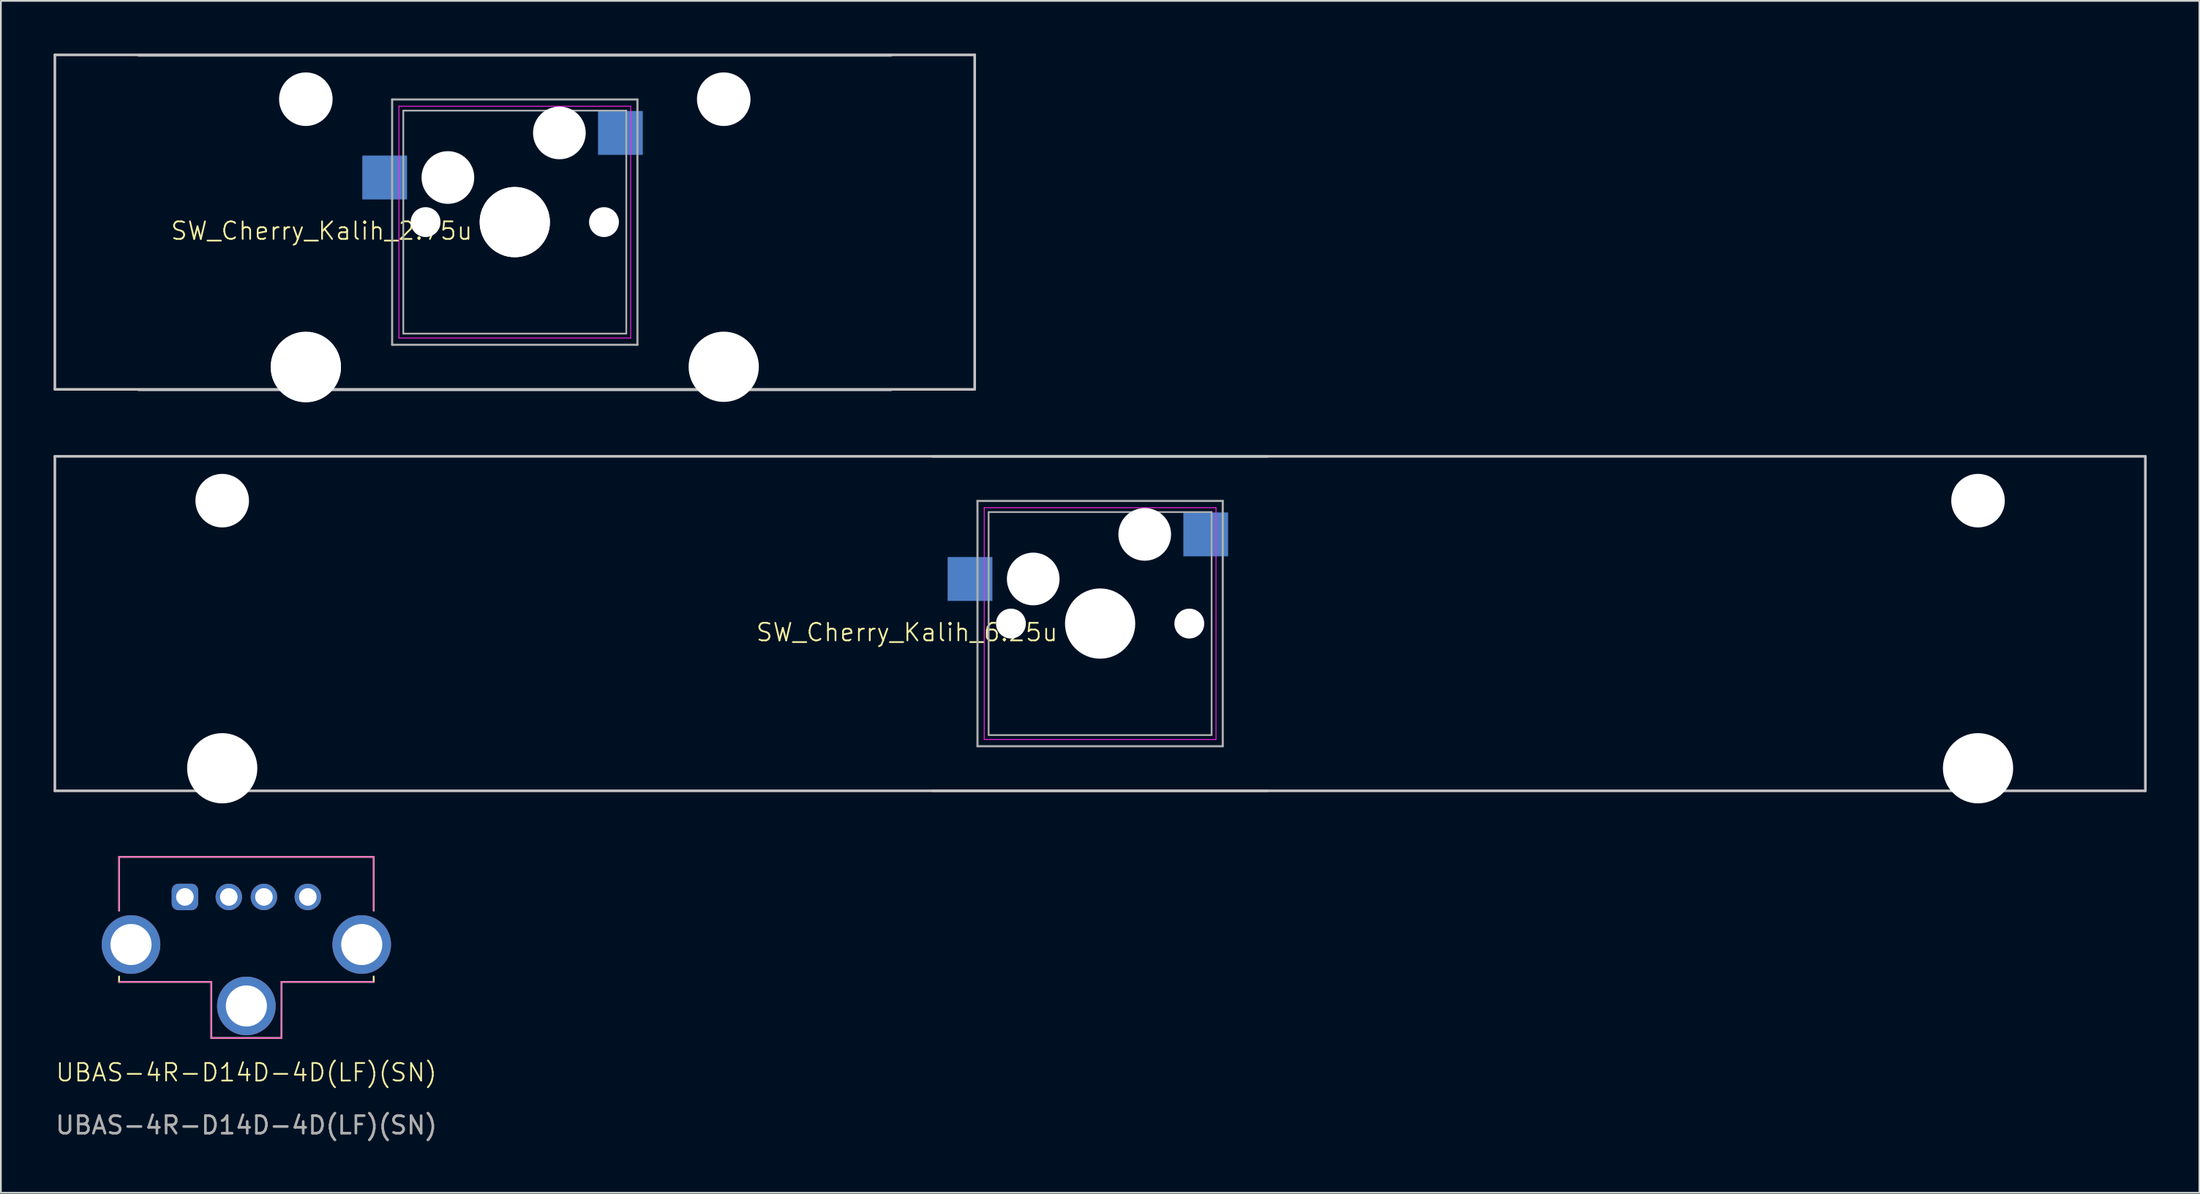
<source format=kicad_pcb>
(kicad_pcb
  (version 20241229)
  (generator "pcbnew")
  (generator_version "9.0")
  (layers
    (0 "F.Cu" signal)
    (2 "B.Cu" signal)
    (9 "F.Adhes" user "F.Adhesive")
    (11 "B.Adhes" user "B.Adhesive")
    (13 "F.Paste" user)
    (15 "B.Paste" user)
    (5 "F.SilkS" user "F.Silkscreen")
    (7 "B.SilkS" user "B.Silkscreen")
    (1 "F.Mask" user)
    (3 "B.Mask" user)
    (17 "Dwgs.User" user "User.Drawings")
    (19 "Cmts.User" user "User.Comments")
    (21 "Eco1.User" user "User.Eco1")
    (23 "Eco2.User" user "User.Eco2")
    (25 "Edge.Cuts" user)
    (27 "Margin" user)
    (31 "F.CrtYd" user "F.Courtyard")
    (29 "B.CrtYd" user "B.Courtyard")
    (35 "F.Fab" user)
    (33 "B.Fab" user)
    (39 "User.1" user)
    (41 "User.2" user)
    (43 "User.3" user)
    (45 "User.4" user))
  (footprint "SW_Cherry_Kalih_6.25u"
    (layer "F.Cu")
    (at 59.606 32.465)
    (property "Reference" "SW_Cherry_Kalih_6.25u" (at -11 0.5 0) (unlocked yes) (layer "F.SilkS") (effects (font (size 1 1) (thickness 0.1))))
    (fp_line (start -59.531 -9.525) (end 59.531 -9.525) (stroke (width 0.15) (type solid)) (layer "Dwgs.User"))
    (fp_line (start -59.531 9.525) (end -59.531 -9.525) (stroke (width 0.15) (type solid)) (layer "Dwgs.User"))
    (fp_line (start -9.525 -9.525) (end 9.525 -9.525) (stroke (width 0.15) (type solid)) (layer "Dwgs.User"))
    (fp_line (start 9.525 9.525) (end -9.525 9.525) (stroke (width 0.15) (type solid)) (layer "Dwgs.User"))
    (fp_line (start 59.531 -9.525) (end 59.531 9.525) (stroke (width 0.15) (type solid)) (layer "Dwgs.User"))
    (fp_line (start 59.531 9.525) (end -59.531 9.525) (stroke (width 0.15) (type solid)) (layer "Dwgs.User"))
    (fp_line (start -6.6 -6.6) (end 6.6 -6.6) (stroke (width 0.05) (type solid)) (layer "F.CrtYd"))
    (fp_line (start -6.6 6.6) (end -6.6 -6.6) (stroke (width 0.05) (type solid)) (layer "F.CrtYd"))
    (fp_line (start 6.6 -6.6) (end 6.6 6.6) (stroke (width 0.05) (type solid)) (layer "F.CrtYd"))
    (fp_line (start 6.6 6.6) (end -6.6 6.6) (stroke (width 0.05) (type solid)) (layer "F.CrtYd"))
    (fp_line (start -6.985 -6.985) (end 6.985 -6.985) (stroke (width 0.12) (type solid)) (layer "F.Fab"))
    (fp_line (start -6.985 6.985) (end -6.985 -6.985) (stroke (width 0.12) (type solid)) (layer "F.Fab"))
    (fp_line (start -6.35 -6.35) (end 6.35 -6.35) (stroke (width 0.1) (type solid)) (layer "F.Fab"))
    (fp_line (start -6.35 6.35) (end -6.35 -6.35) (stroke (width 0.1) (type solid)) (layer "F.Fab"))
    (fp_line (start 6.35 -6.35) (end 6.35 6.35) (stroke (width 0.1) (type solid)) (layer "F.Fab"))
    (fp_line (start 6.35 6.35) (end -6.35 6.35) (stroke (width 0.1) (type solid)) (layer "F.Fab"))
    (fp_line (start 6.985 -6.985) (end 6.985 6.985) (stroke (width 0.12) (type solid)) (layer "F.Fab"))
    (fp_line (start 6.985 6.985) (end -6.985 6.985) (stroke (width 0.12) (type solid)) (layer "F.Fab"))
    (pad "" np_thru_hole circle (at -50 -7) (size 3.05 3.05) (drill 3.05) (layers "*.Cu" "*.Mask"))
    (pad "" np_thru_hole circle (at -50 8.24) (size 4 4) (drill 4) (layers "*.Cu" "*.Mask"))
    (pad "" np_thru_hole circle (at -5.08 0) (size 1.7 1.7) (drill 1.7) (layers "*.Cu" "*.Mask"))
    (pad "" np_thru_hole circle (at -3.81 -2.54) (size 3 3) (drill 3) (layers "*.Cu" "*.Mask"))
    (pad "" np_thru_hole circle (at 0 0) (size 4 4) (drill 4) (layers "*.Cu" "*.Mask"))
    (pad "" np_thru_hole circle (at 2.54 -5.08) (size 3 3) (drill 3) (layers "*.Cu" "*.Mask"))
    (pad "" np_thru_hole circle (at 5.08 0) (size 1.7 1.7) (drill 1.7) (layers "*.Cu" "*.Mask"))
    (pad "" np_thru_hole circle (at 50 -7) (size 3.05 3.05) (drill 3.05) (layers "*.Cu" "*.Mask"))
    (pad "" np_thru_hole circle (at 50 8.24) (size 4 4) (drill 4) (layers "*.Cu" "*.Mask"))
    (pad "1" smd rect (at -7.41 -2.54) (size 2.55 2.5) (layers "B.Cu" "B.Mask" "B.Paste"))
    (pad "2" smd rect (at 6.015 -5.08) (size 2.55 2.5) (layers "B.Cu" "B.Mask" "B.Paste")))
  (footprint "SW_Cherry_Kalih_2.75u"
    (layer "F.Cu")
    (at 26.269 9.6)
    (property "Reference" "SW_Cherry_Kalih_2.75u" (at -11 0.5 0) (unlocked yes) (layer "F.SilkS") (effects (font (size 1 1) (thickness 0.1))))
    (fp_line (start -26.194 -9.525) (end 26.194 -9.525) (stroke (width 0.15) (type solid)) (layer "Dwgs.User"))
    (fp_line (start -26.194 9.525) (end -26.194 -9.525) (stroke (width 0.15) (type solid)) (layer "Dwgs.User"))
    (fp_line (start -21.431 -9.5) (end 21.431 -9.5) (stroke (width 0.15) (type solid)) (layer "Dwgs.User"))
    (fp_line (start 21.431 9.55) (end -21.431 9.55) (stroke (width 0.15) (type solid)) (layer "Dwgs.User"))
    (fp_line (start 26.194 -9.525) (end 26.194 9.525) (stroke (width 0.15) (type solid)) (layer "Dwgs.User"))
    (fp_line (start 26.194 9.525) (end -26.194 9.525) (stroke (width 0.15) (type solid)) (layer "Dwgs.User"))
    (fp_line (start -6.6 -6.6) (end 6.6 -6.6) (stroke (width 0.05) (type solid)) (layer "F.CrtYd"))
    (fp_line (start -6.6 6.6) (end -6.6 -6.6) (stroke (width 0.05) (type solid)) (layer "F.CrtYd"))
    (fp_line (start 6.6 -6.6) (end 6.6 6.6) (stroke (width 0.05) (type solid)) (layer "F.CrtYd"))
    (fp_line (start 6.6 6.6) (end -6.6 6.6) (stroke (width 0.05) (type solid)) (layer "F.CrtYd"))
    (fp_line (start -6.985 -6.985) (end 6.985 -6.985) (stroke (width 0.12) (type solid)) (layer "F.Fab"))
    (fp_line (start -6.985 6.985) (end -6.985 -6.985) (stroke (width 0.12) (type solid)) (layer "F.Fab"))
    (fp_line (start -6.35 -6.35) (end 6.35 -6.35) (stroke (width 0.1) (type solid)) (layer "F.Fab"))
    (fp_line (start -6.35 6.35) (end -6.35 -6.35) (stroke (width 0.1) (type solid)) (layer "F.Fab"))
    (fp_line (start 6.35 -6.35) (end 6.35 6.35) (stroke (width 0.1) (type solid)) (layer "F.Fab"))
    (fp_line (start 6.35 6.35) (end -6.35 6.35) (stroke (width 0.1) (type solid)) (layer "F.Fab"))
    (fp_line (start 6.985 -6.985) (end 6.985 6.985) (stroke (width 0.12) (type solid)) (layer "F.Fab"))
    (fp_line (start 6.985 6.985) (end -6.985 6.985) (stroke (width 0.12) (type solid)) (layer "F.Fab"))
    (pad "" np_thru_hole circle (at -11.9 -7) (size 3.05 3.05) (drill 3.05) (layers "*.Cu" "*.Mask"))
    (pad "" np_thru_hole circle (at -11.9 8.24) (size 4 4) (drill 4) (layers "*.Cu" "*.Mask"))
    (pad "" np_thru_hole circle (at -11.9 8.265) (size 4 4) (drill 4) (layers "*.Cu" "*.Mask"))
    (pad "" np_thru_hole circle (at -5.08 0) (size 1.7 1.7) (drill 1.7) (layers "*.Cu" "*.Mask"))
    (pad "" np_thru_hole circle (at -3.81 -2.54) (size 3 3) (drill 3) (layers "*.Cu" "*.Mask"))
    (pad "" np_thru_hole circle (at 0 0) (size 4 4) (drill 4) (layers "*.Cu" "*.Mask"))
    (pad "" np_thru_hole circle (at 0 0) (size 4 4) (drill 4) (layers "*.Cu" "*.Mask"))
    (pad "" np_thru_hole circle (at 2.54 -5.08) (size 3 3) (drill 3) (layers "*.Cu" "*.Mask"))
    (pad "" np_thru_hole circle (at 5.08 0) (size 1.7 1.7) (drill 1.7) (layers "*.Cu" "*.Mask"))
    (pad "" np_thru_hole circle (at 11.9 -7) (size 3.05 3.05) (drill 3.05) (layers "*.Cu" "*.Mask"))
    (pad "" np_thru_hole circle (at 11.9 8.24) (size 4 4) (drill 4) (layers "*.Cu" "*.Mask"))
    (pad "1" smd rect (at -7.41 -2.54) (size 2.55 2.5) (layers "B.Cu" "B.Mask" "B.Paste"))
    (pad "2" smd rect (at 6.015 -5.08) (size 2.55 2.5) (layers "B.Cu" "B.Mask" "B.Paste")))
  (footprint "UBAS-4R-D14D-4D(LF)(SN)"
    (layer "F.Cu")
    (at 10.982 49.315)
    (property "Reference" "UBAS-4R-D14D-4D(LF)(SN)" (at 0 8.72 0) (unlocked yes) (layer "F.SilkS") (effects (font (size 1 1) (thickness 0.1))))
    (attr smd)
    (fp_line (start -7.25 -3.56) (end -7.25 -0.5) (stroke (width 0.1) (type default)) (layer "F.SilkS"))
    (fp_line (start -7.25 -3.56) (end 7.25 -3.56) (stroke (width 0.1) (type default)) (layer "F.SilkS"))
    (fp_line (start -7.25 3.56) (end -7.25 3.25) (stroke (width 0.1) (type default)) (layer "F.SilkS"))
    (fp_line (start -7.25 3.56) (end -2 3.56) (stroke (width 0.1) (type default)) (layer "F.SilkS"))
    (fp_line (start -2 3.56) (end -2 6.75) (stroke (width 0.1) (type default)) (layer "F.SilkS"))
    (fp_line (start -2 6.75) (end 2 6.75) (stroke (width 0.1) (type default)) (layer "F.SilkS"))
    (fp_line (start 2 6.75) (end 2 3.56) (stroke (width 0.1) (type default)) (layer "F.SilkS"))
    (fp_line (start 7.25 -3.56) (end 7.25 -0.5) (stroke (width 0.1) (type default)) (layer "F.SilkS"))
    (fp_line (start 7.25 3.56) (end 2 3.56) (stroke (width 0.1) (type default)) (layer "F.SilkS"))
    (fp_line (start 7.25 3.56) (end 7.25 3.25) (stroke (width 0.1) (type default)) (layer "F.SilkS"))
    (fp_line (start -7.25 -3.56) (end -7.25 -0.49) (stroke (width 0.05) (type default)) (layer "F.CrtYd"))
    (fp_line (start -7.25 -3.56) (end 7.25 -3.56) (stroke (width 0.05) (type default)) (layer "F.CrtYd"))
    (fp_line (start -7.25 3.56) (end -2 3.56) (stroke (width 0.05) (type default)) (layer "F.CrtYd"))
    (fp_line (start -2 3.56) (end -2 6.75) (stroke (width 0.05) (type default)) (layer "F.CrtYd"))
    (fp_line (start -2 6.75) (end 2.01 6.75) (stroke (width 0.05) (type default)) (layer "F.CrtYd"))
    (fp_line (start 2 3.56) (end 2.01 6.75) (stroke (width 0.05) (type default)) (layer "F.CrtYd"))
    (fp_line (start 7.25 -3.56) (end 7.25 -0.49) (stroke (width 0.05) (type default)) (layer "F.CrtYd"))
    (fp_line (start 7.25 3.56) (end 2 3.56) (stroke (width 0.05) (type default)) (layer "F.CrtYd"))
    (fp_text user "${REFERENCE}" (at 0 11.72 0) (unlocked yes) (layer "F.Fab") (effects (font (size 1 1) (thickness 0.15))))
    (pad "1" thru_hole roundrect (at -3.5 -1.28) (size 1.508 1.508) (drill 1) (layers "*.Cu" "*.Mask") (roundrect_rratio 0.25))
    (pad "2" thru_hole circle (at -1 -1.28) (size 1.508 1.508) (drill 1) (layers "*.Cu" "*.Mask"))
    (pad "3" thru_hole circle (at 1 -1.28) (size 1.508 1.508) (drill 1) (layers "*.Cu" "*.Mask"))
    (pad "4" thru_hole circle (at 3.5 -1.28) (size 1.508 1.508) (drill 1) (layers "*.Cu" "*.Mask"))
    (pad "S1" thru_hole circle (at -6.57 1.43) (size 3.34 3.34) (drill 2.34) (layers "*.Cu" "*.Mask"))
    (pad "S2" thru_hole circle (at 0 4.93) (size 3.34 3.34) (drill 2.34) (layers "*.Cu" "*.Mask"))
    (pad "S3" thru_hole circle (at 6.57 1.43) (size 3.34 3.34) (drill 2.34) (layers "*.Cu" "*.Mask")))
  (gr_rect
    (start -3 -3)
    (end 122.213 64.883)
    (stroke (width 0.1) (type default))
    (fill no)
    (layer "Edge.Cuts")))
</source>
